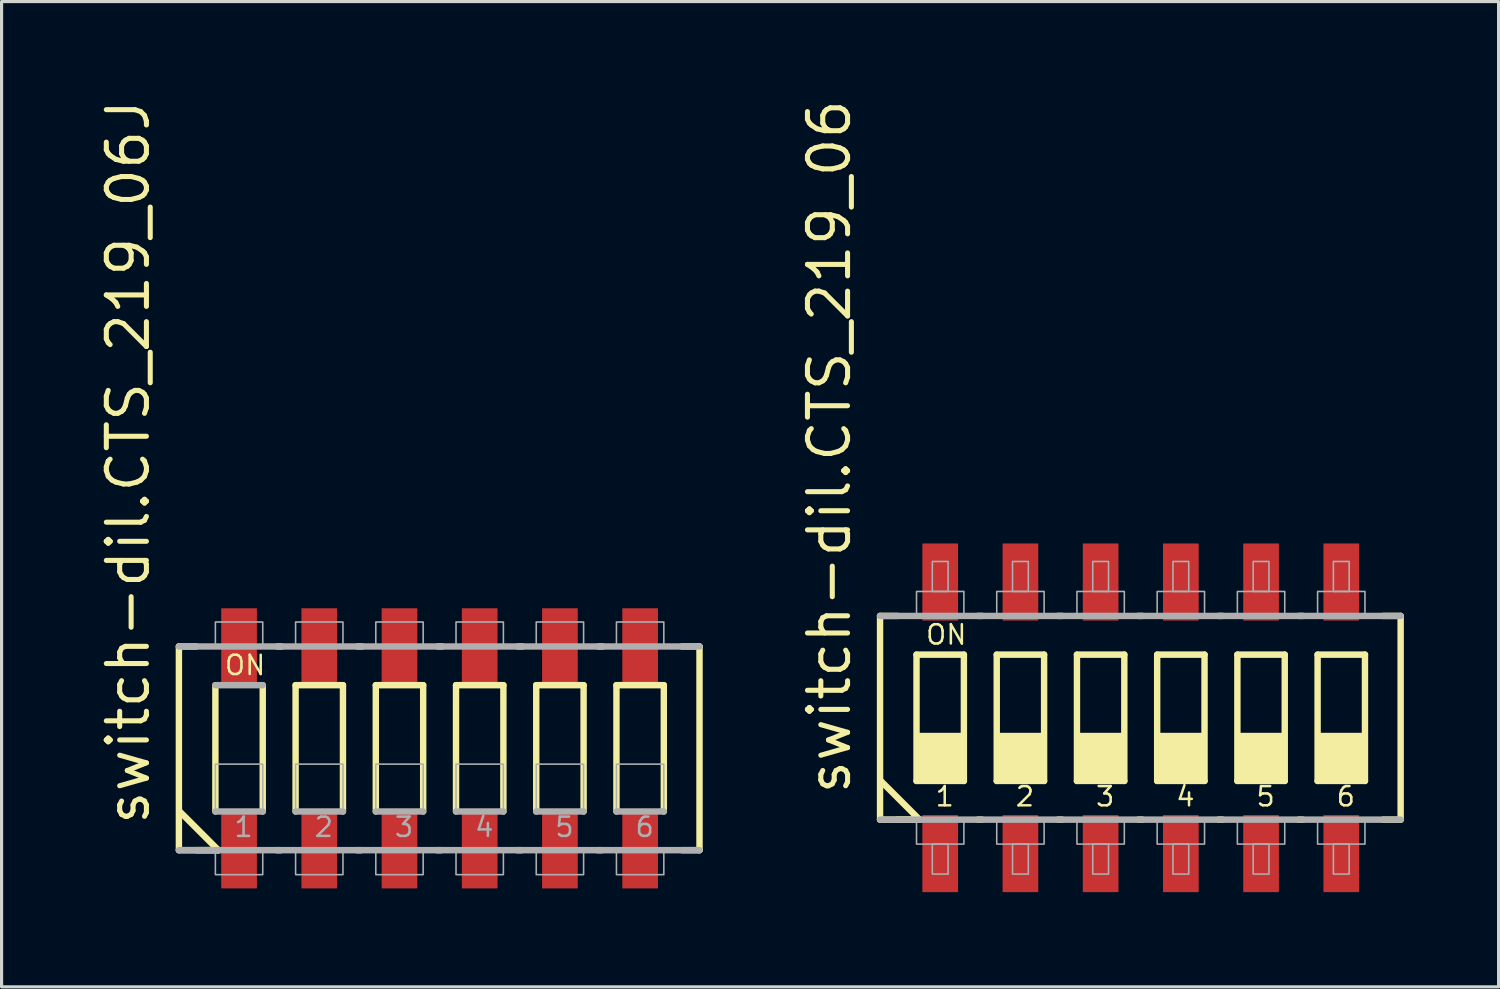
<source format=kicad_pcb>
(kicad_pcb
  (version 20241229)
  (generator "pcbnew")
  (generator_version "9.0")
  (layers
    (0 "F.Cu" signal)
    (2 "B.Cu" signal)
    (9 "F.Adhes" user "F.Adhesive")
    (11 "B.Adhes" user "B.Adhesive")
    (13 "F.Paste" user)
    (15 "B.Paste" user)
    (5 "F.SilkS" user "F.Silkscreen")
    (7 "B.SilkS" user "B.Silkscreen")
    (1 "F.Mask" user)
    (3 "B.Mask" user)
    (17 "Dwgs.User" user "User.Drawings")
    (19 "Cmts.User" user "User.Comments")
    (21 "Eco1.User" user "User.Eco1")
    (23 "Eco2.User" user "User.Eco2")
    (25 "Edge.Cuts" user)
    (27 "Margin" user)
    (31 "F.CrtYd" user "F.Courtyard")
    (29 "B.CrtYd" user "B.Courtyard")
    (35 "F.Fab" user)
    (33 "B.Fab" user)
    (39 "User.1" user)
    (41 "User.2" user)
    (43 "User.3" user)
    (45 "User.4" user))
  (footprint "switch-dil.CTS_219_06"
    (layer "F.Cu")
    (at 33.072 19.679)
    (property "Reference" "switch-dil.CTS_219_06" (at -9.12 2.5 90) (layer "F.SilkS") (effects (font (size 1.27 1.27) (thickness 0.16)) (justify left bottom)))
    (attr smd)
    (fp_line (start -8.255 -3.225) (end -7.7 -3.225) (stroke (width 0.203) (type default)) (layer "F.SilkS"))
    (fp_line (start -8.255 3.225) (end -8.255 -3.225) (stroke (width 0.203) (type default)) (layer "F.SilkS"))
    (fp_line (start -8.23 2) (end -7.005 3.225) (stroke (width 0.203) (type default)) (layer "F.SilkS"))
    (fp_line (start -7.7 3.225) (end -7.005 3.225) (stroke (width 0.203) (type default)) (layer "F.SilkS"))
    (fp_line (start -7.1 -2) (end -5.6 -2) (stroke (width 0.203) (type default)) (layer "F.SilkS"))
    (fp_line (start -7.1 2) (end -7.1 -2) (stroke (width 0.203) (type default)) (layer "F.SilkS"))
    (fp_line (start -7.005 3.225) (end -8.255 3.225) (stroke (width 0.203) (type default)) (layer "F.SilkS"))
    (fp_line (start -5.6 -2) (end -5.6 2) (stroke (width 0.203) (type default)) (layer "F.SilkS"))
    (fp_line (start -5.6 2) (end -7.1 2) (stroke (width 0.203) (type default)) (layer "F.SilkS"))
    (fp_line (start -5.16 3.225) (end -5.025 3.225) (stroke (width 0.203) (type default)) (layer "F.SilkS"))
    (fp_line (start -5.025 -3.225) (end -5.16 -3.225) (stroke (width 0.203) (type default)) (layer "F.SilkS"))
    (fp_line (start -4.56 -2) (end -3.06 -2) (stroke (width 0.203) (type default)) (layer "F.SilkS"))
    (fp_line (start -4.56 2) (end -4.56 -2) (stroke (width 0.203) (type default)) (layer "F.SilkS"))
    (fp_line (start -3.06 -2) (end -3.06 2) (stroke (width 0.203) (type default)) (layer "F.SilkS"))
    (fp_line (start -3.06 2) (end -4.56 2) (stroke (width 0.203) (type default)) (layer "F.SilkS"))
    (fp_line (start -2.62 3.225) (end -2.485 3.225) (stroke (width 0.203) (type default)) (layer "F.SilkS"))
    (fp_line (start -2.485 -3.225) (end -2.62 -3.225) (stroke (width 0.203) (type default)) (layer "F.SilkS"))
    (fp_line (start -2.02 -2) (end -0.52 -2) (stroke (width 0.203) (type default)) (layer "F.SilkS"))
    (fp_line (start -2.02 2) (end -2.02 -2) (stroke (width 0.203) (type default)) (layer "F.SilkS"))
    (fp_line (start -0.52 -2) (end -0.52 2) (stroke (width 0.203) (type default)) (layer "F.SilkS"))
    (fp_line (start -0.52 2) (end -2.02 2) (stroke (width 0.203) (type default)) (layer "F.SilkS"))
    (fp_line (start -0.08 3.225) (end 0.055 3.225) (stroke (width 0.203) (type default)) (layer "F.SilkS"))
    (fp_line (start 0.055 -3.225) (end -0.08 -3.225) (stroke (width 0.203) (type default)) (layer "F.SilkS"))
    (fp_line (start 0.52 -2) (end 2.02 -2) (stroke (width 0.203) (type default)) (layer "F.SilkS"))
    (fp_line (start 0.52 2) (end 0.52 -2) (stroke (width 0.203) (type default)) (layer "F.SilkS"))
    (fp_line (start 2.02 -2) (end 2.02 2) (stroke (width 0.203) (type default)) (layer "F.SilkS"))
    (fp_line (start 2.02 2) (end 0.52 2) (stroke (width 0.203) (type default)) (layer "F.SilkS"))
    (fp_line (start 2.46 3.225) (end 2.595 3.225) (stroke (width 0.203) (type default)) (layer "F.SilkS"))
    (fp_line (start 2.595 -3.225) (end 2.46 -3.225) (stroke (width 0.203) (type default)) (layer "F.SilkS"))
    (fp_line (start 3.06 -2) (end 4.56 -2) (stroke (width 0.203) (type default)) (layer "F.SilkS"))
    (fp_line (start 3.06 2) (end 3.06 -2) (stroke (width 0.203) (type default)) (layer "F.SilkS"))
    (fp_line (start 4.56 -2) (end 4.56 2) (stroke (width 0.203) (type default)) (layer "F.SilkS"))
    (fp_line (start 4.56 2) (end 3.06 2) (stroke (width 0.203) (type default)) (layer "F.SilkS"))
    (fp_line (start 5 3.225) (end 5.135 3.225) (stroke (width 0.203) (type default)) (layer "F.SilkS"))
    (fp_line (start 5.135 -3.225) (end 5 -3.225) (stroke (width 0.203) (type default)) (layer "F.SilkS"))
    (fp_line (start 5.6 -2) (end 7.1 -2) (stroke (width 0.203) (type default)) (layer "F.SilkS"))
    (fp_line (start 5.6 2) (end 5.6 -2) (stroke (width 0.203) (type default)) (layer "F.SilkS"))
    (fp_line (start 7.1 -2) (end 7.1 2) (stroke (width 0.203) (type default)) (layer "F.SilkS"))
    (fp_line (start 7.1 2) (end 5.6 2) (stroke (width 0.203) (type default)) (layer "F.SilkS"))
    (fp_line (start 7.675 -3.225) (end 8.23 -3.225) (stroke (width 0.203) (type default)) (layer "F.SilkS"))
    (fp_line (start 8.23 -3.225) (end 8.23 3.225) (stroke (width 0.203) (type default)) (layer "F.SilkS"))
    (fp_line (start 8.23 3.225) (end 7.675 3.225) (stroke (width 0.203) (type default)) (layer "F.SilkS"))
    (fp_rect (start -7.1 2) (end -5.6 0.5) (stroke (width 0.05) (type default)) (fill yes) (layer "F.SilkS"))
    (fp_rect (start -4.56 2) (end -3.06 0.5) (stroke (width 0.05) (type default)) (fill yes) (layer "F.SilkS"))
    (fp_rect (start -2.02 2) (end -0.52 0.5) (stroke (width 0.05) (type default)) (fill yes) (layer "F.SilkS"))
    (fp_rect (start 0.52 2) (end 2.02 0.5) (stroke (width 0.05) (type default)) (fill yes) (layer "F.SilkS"))
    (fp_rect (start 3.06 2) (end 4.56 0.5) (stroke (width 0.05) (type default)) (fill yes) (layer "F.SilkS"))
    (fp_rect (start 5.6 2) (end 7.1 0.5) (stroke (width 0.05) (type default)) (fill yes) (layer "F.SilkS"))
    (fp_line (start -8.255 -3.225) (end 8.23 -3.225) (stroke (width 0.203) (type default)) (layer "F.Fab"))
    (fp_line (start 8.23 3.225) (end -8.255 3.225) (stroke (width 0.203) (type default)) (layer "F.Fab"))
    (fp_rect (start -7.1 -3.25) (end -5.6 -4) (stroke (width 0.05) (type default)) (fill no) (layer "F.Fab"))
    (fp_rect (start -7.1 4) (end -5.6 3.25) (stroke (width 0.05) (type default)) (fill no) (layer "F.Fab"))
    (fp_rect (start -6.6 -4) (end -6.1 -4.95) (stroke (width 0.05) (type default)) (fill no) (layer "F.Fab"))
    (fp_rect (start -6.6 4.95) (end -6.1 4) (stroke (width 0.05) (type default)) (fill no) (layer "F.Fab"))
    (fp_rect (start -4.56 -3.25) (end -3.06 -4) (stroke (width 0.05) (type default)) (fill no) (layer "F.Fab"))
    (fp_rect (start -4.56 4) (end -3.06 3.25) (stroke (width 0.05) (type default)) (fill no) (layer "F.Fab"))
    (fp_rect (start -4.06 -4) (end -3.56 -4.95) (stroke (width 0.05) (type default)) (fill no) (layer "F.Fab"))
    (fp_rect (start -4.06 4.95) (end -3.56 4) (stroke (width 0.05) (type default)) (fill no) (layer "F.Fab"))
    (fp_rect (start -2.02 -3.25) (end -0.52 -4) (stroke (width 0.05) (type default)) (fill no) (layer "F.Fab"))
    (fp_rect (start -2.02 4) (end -0.52 3.25) (stroke (width 0.05) (type default)) (fill no) (layer "F.Fab"))
    (fp_rect (start -1.52 -4) (end -1.02 -4.95) (stroke (width 0.05) (type default)) (fill no) (layer "F.Fab"))
    (fp_rect (start -1.52 4.95) (end -1.02 4) (stroke (width 0.05) (type default)) (fill no) (layer "F.Fab"))
    (fp_rect (start 0.52 -3.25) (end 2.02 -4) (stroke (width 0.05) (type default)) (fill no) (layer "F.Fab"))
    (fp_rect (start 0.52 4) (end 2.02 3.25) (stroke (width 0.05) (type default)) (fill no) (layer "F.Fab"))
    (fp_rect (start 1.02 -4) (end 1.52 -4.95) (stroke (width 0.05) (type default)) (fill no) (layer "F.Fab"))
    (fp_rect (start 1.02 4.95) (end 1.52 4) (stroke (width 0.05) (type default)) (fill no) (layer "F.Fab"))
    (fp_rect (start 3.06 -3.25) (end 4.56 -4) (stroke (width 0.05) (type default)) (fill no) (layer "F.Fab"))
    (fp_rect (start 3.06 4) (end 4.56 3.25) (stroke (width 0.05) (type default)) (fill no) (layer "F.Fab"))
    (fp_rect (start 3.56 -4) (end 4.06 -4.95) (stroke (width 0.05) (type default)) (fill no) (layer "F.Fab"))
    (fp_rect (start 3.56 4.95) (end 4.06 4) (stroke (width 0.05) (type default)) (fill no) (layer "F.Fab"))
    (fp_rect (start 5.6 -3.25) (end 7.1 -4) (stroke (width 0.05) (type default)) (fill no) (layer "F.Fab"))
    (fp_rect (start 5.6 4) (end 7.1 3.25) (stroke (width 0.05) (type default)) (fill no) (layer "F.Fab"))
    (fp_rect (start 6.1 -4) (end 6.6 -4.95) (stroke (width 0.05) (type default)) (fill no) (layer "F.Fab"))
    (fp_rect (start 6.1 4.95) (end 6.6 4) (stroke (width 0.05) (type default)) (fill no) (layer "F.Fab"))
    (fp_text user "4" (at 1.07 2.85 0) (layer "F.SilkS") (effects (font (size 0.61 0.61) (thickness 0.08)) (justify left bottom)))
    (fp_text user "3" (at -1.47 2.85 0) (layer "F.SilkS") (effects (font (size 0.61 0.61) (thickness 0.08)) (justify left bottom)))
    (fp_text user "1" (at -6.55 2.85 0) (layer "F.SilkS") (effects (font (size 0.61 0.61) (thickness 0.08)) (justify left bottom)))
    (fp_text user "ON" (at -6.85 -2.275 0) (layer "F.SilkS") (effects (font (size 0.61 0.61) (thickness 0.08)) (justify left bottom)))
    (fp_text user "6" (at 6.15 2.85 0) (layer "F.SilkS") (effects (font (size 0.61 0.61) (thickness 0.08)) (justify left bottom)))
    (fp_text user "5" (at 3.61 2.85 0) (layer "F.SilkS") (effects (font (size 0.61 0.61) (thickness 0.08)) (justify left bottom)))
    (fp_text user "2" (at -4.01 2.85 0) (layer "F.SilkS") (effects (font (size 0.61 0.61) (thickness 0.08)) (justify left bottom)))
    (pad "1" smd roundrect (at -6.35 4.3) (size 1.13 2.44) (layers "F.Cu" "F.Mask" "F.Paste") (roundrect_rratio 0.01))
    (pad "2" smd roundrect (at -3.81 4.3) (size 1.13 2.44) (layers "F.Cu" "F.Mask" "F.Paste") (roundrect_rratio 0.01))
    (pad "3" smd roundrect (at -1.27 4.3) (size 1.13 2.44) (layers "F.Cu" "F.Mask" "F.Paste") (roundrect_rratio 0.01))
    (pad "4" smd roundrect (at 1.27 4.3) (size 1.13 2.44) (layers "F.Cu" "F.Mask" "F.Paste") (roundrect_rratio 0.01))
    (pad "5" smd roundrect (at 3.81 4.3) (size 1.13 2.44) (layers "F.Cu" "F.Mask" "F.Paste") (roundrect_rratio 0.01))
    (pad "6" smd roundrect (at 6.35 4.3) (size 1.13 2.44) (layers "F.Cu" "F.Mask" "F.Paste") (roundrect_rratio 0.01))
    (pad "7" smd roundrect (at 6.35 -4.3 180) (size 1.13 2.44) (layers "F.Cu" "F.Mask" "F.Paste") (roundrect_rratio 0.01))
    (pad "8" smd roundrect (at 3.81 -4.3 180) (size 1.13 2.44) (layers "F.Cu" "F.Mask" "F.Paste") (roundrect_rratio 0.01))
    (pad "9" smd roundrect (at 1.27 -4.3 180) (size 1.13 2.44) (layers "F.Cu" "F.Mask" "F.Paste") (roundrect_rratio 0.01))
    (pad "10" smd roundrect (at -1.27 -4.3 180) (size 1.13 2.44) (layers "F.Cu" "F.Mask" "F.Paste") (roundrect_rratio 0.01))
    (pad "11" smd roundrect (at -3.81 -4.3 180) (size 1.13 2.44) (layers "F.Cu" "F.Mask" "F.Paste") (roundrect_rratio 0.01))
    (pad "12" smd roundrect (at -6.35 -4.3 180) (size 1.13 2.44) (layers "F.Cu" "F.Mask" "F.Paste") (roundrect_rratio 0.01)))
  (footprint "switch-dil.CTS_219_06J"
    (layer "F.Cu")
    (at 10.87 20.646)
    (property "Reference" "switch-dil.CTS_219_06J" (at -9.12 2.5 90) (layer "F.SilkS") (effects (font (size 1.27 1.27) (thickness 0.16)) (justify left bottom)))
    (attr smd)
    (fp_line (start -8.255 -3.225) (end -7.7 -3.225) (stroke (width 0.203) (type default)) (layer "F.SilkS"))
    (fp_line (start -8.255 3.225) (end -8.255 -3.225) (stroke (width 0.203) (type default)) (layer "F.SilkS"))
    (fp_line (start -8.23 2) (end -7.005 3.225) (stroke (width 0.203) (type default)) (layer "F.SilkS"))
    (fp_line (start -7.7 3.225) (end -7.005 3.225) (stroke (width 0.203) (type default)) (layer "F.SilkS"))
    (fp_line (start -7.1 2) (end -7.1 -2) (stroke (width 0.203) (type default)) (layer "F.SilkS"))
    (fp_line (start -7.005 3.225) (end -8.255 3.225) (stroke (width 0.203) (type default)) (layer "F.SilkS"))
    (fp_line (start -5.6 -2) (end -5.6 2) (stroke (width 0.203) (type default)) (layer "F.SilkS"))
    (fp_line (start -5.16 3.225) (end -5.025 3.225) (stroke (width 0.203) (type default)) (layer "F.SilkS"))
    (fp_line (start -5 -3.225) (end -5.135 -3.225) (stroke (width 0.203) (type default)) (layer "F.SilkS"))
    (fp_line (start -4.56 -2) (end -3.06 -2) (stroke (width 0.203) (type default)) (layer "F.SilkS"))
    (fp_line (start -4.56 2) (end -4.56 -2) (stroke (width 0.203) (type default)) (layer "F.SilkS"))
    (fp_line (start -3.06 -2) (end -3.06 2) (stroke (width 0.203) (type default)) (layer "F.SilkS"))
    (fp_line (start -2.62 3.225) (end -2.485 3.225) (stroke (width 0.203) (type default)) (layer "F.SilkS"))
    (fp_line (start -2.46 -3.225) (end -2.595 -3.225) (stroke (width 0.203) (type default)) (layer "F.SilkS"))
    (fp_line (start -2.02 -2) (end -0.52 -2) (stroke (width 0.203) (type default)) (layer "F.SilkS"))
    (fp_line (start -2.02 2) (end -2.02 -2) (stroke (width 0.203) (type default)) (layer "F.SilkS"))
    (fp_line (start -0.52 -2) (end -0.52 2) (stroke (width 0.203) (type default)) (layer "F.SilkS"))
    (fp_line (start -0.08 3.225) (end 0.055 3.225) (stroke (width 0.203) (type default)) (layer "F.SilkS"))
    (fp_line (start 0.08 -3.225) (end -0.055 -3.225) (stroke (width 0.203) (type default)) (layer "F.SilkS"))
    (fp_line (start 0.52 -2) (end 2.02 -2) (stroke (width 0.203) (type default)) (layer "F.SilkS"))
    (fp_line (start 0.52 2) (end 0.52 -2) (stroke (width 0.203) (type default)) (layer "F.SilkS"))
    (fp_line (start 2.02 -2) (end 2.02 2) (stroke (width 0.203) (type default)) (layer "F.SilkS"))
    (fp_line (start 2.46 3.225) (end 2.595 3.225) (stroke (width 0.203) (type default)) (layer "F.SilkS"))
    (fp_line (start 2.62 -3.225) (end 2.485 -3.225) (stroke (width 0.203) (type default)) (layer "F.SilkS"))
    (fp_line (start 3.06 -2) (end 4.56 -2) (stroke (width 0.203) (type default)) (layer "F.SilkS"))
    (fp_line (start 3.06 2) (end 3.06 -2) (stroke (width 0.203) (type default)) (layer "F.SilkS"))
    (fp_line (start 4.56 -2) (end 4.56 2) (stroke (width 0.203) (type default)) (layer "F.SilkS"))
    (fp_line (start 5 3.225) (end 5.135 3.225) (stroke (width 0.203) (type default)) (layer "F.SilkS"))
    (fp_line (start 5.16 -3.225) (end 5.025 -3.225) (stroke (width 0.203) (type default)) (layer "F.SilkS"))
    (fp_line (start 5.6 -2) (end 7.1 -2) (stroke (width 0.203) (type default)) (layer "F.SilkS"))
    (fp_line (start 5.6 2) (end 5.6 -2) (stroke (width 0.203) (type default)) (layer "F.SilkS"))
    (fp_line (start 7.1 -2) (end 7.1 2) (stroke (width 0.203) (type default)) (layer "F.SilkS"))
    (fp_line (start 7.675 -3.225) (end 8.23 -3.225) (stroke (width 0.203) (type default)) (layer "F.SilkS"))
    (fp_line (start 8.23 -3.225) (end 8.23 3.225) (stroke (width 0.203) (type default)) (layer "F.SilkS"))
    (fp_line (start 8.23 3.225) (end 7.675 3.225) (stroke (width 0.203) (type default)) (layer "F.SilkS"))
    (fp_line (start -8.255 -3.225) (end 8.23 -3.225) (stroke (width 0.203) (type default)) (layer "F.Fab"))
    (fp_line (start -7.1 -2) (end -5.6 -2) (stroke (width 0.203) (type default)) (layer "F.Fab"))
    (fp_line (start -5.6 2) (end -7.1 2) (stroke (width 0.203) (type default)) (layer "F.Fab"))
    (fp_line (start -3.06 2) (end -4.56 2) (stroke (width 0.203) (type default)) (layer "F.Fab"))
    (fp_line (start -0.52 2) (end -2.02 2) (stroke (width 0.203) (type default)) (layer "F.Fab"))
    (fp_line (start 2.02 2) (end 0.52 2) (stroke (width 0.203) (type default)) (layer "F.Fab"))
    (fp_line (start 4.56 2) (end 3.06 2) (stroke (width 0.203) (type default)) (layer "F.Fab"))
    (fp_line (start 7.1 2) (end 5.6 2) (stroke (width 0.203) (type default)) (layer "F.Fab"))
    (fp_line (start 8.23 3.225) (end -8.255 3.225) (stroke (width 0.203) (type default)) (layer "F.Fab"))
    (fp_rect (start -7.1 -3.25) (end -5.6 -4) (stroke (width 0.05) (type default)) (fill no) (layer "F.Fab"))
    (fp_rect (start -7.1 2) (end -5.6 0.5) (stroke (width 0.05) (type default)) (fill no) (layer "F.Fab"))
    (fp_rect (start -7.1 4) (end -5.6 3.25) (stroke (width 0.05) (type default)) (fill no) (layer "F.Fab"))
    (fp_rect (start -4.56 -3.25) (end -3.06 -4) (stroke (width 0.05) (type default)) (fill no) (layer "F.Fab"))
    (fp_rect (start -4.56 2) (end -3.06 0.5) (stroke (width 0.05) (type default)) (fill no) (layer "F.Fab"))
    (fp_rect (start -4.56 4) (end -3.06 3.25) (stroke (width 0.05) (type default)) (fill no) (layer "F.Fab"))
    (fp_rect (start -2.02 -3.25) (end -0.52 -4) (stroke (width 0.05) (type default)) (fill no) (layer "F.Fab"))
    (fp_rect (start -2.02 2) (end -0.52 0.5) (stroke (width 0.05) (type default)) (fill no) (layer "F.Fab"))
    (fp_rect (start -2.02 4) (end -0.52 3.25) (stroke (width 0.05) (type default)) (fill no) (layer "F.Fab"))
    (fp_rect (start 0.52 -3.25) (end 2.02 -4) (stroke (width 0.05) (type default)) (fill no) (layer "F.Fab"))
    (fp_rect (start 0.52 2) (end 2.02 0.5) (stroke (width 0.05) (type default)) (fill no) (layer "F.Fab"))
    (fp_rect (start 0.52 4) (end 2.02 3.25) (stroke (width 0.05) (type default)) (fill no) (layer "F.Fab"))
    (fp_rect (start 3.06 -3.25) (end 4.56 -4) (stroke (width 0.05) (type default)) (fill no) (layer "F.Fab"))
    (fp_rect (start 3.06 2) (end 4.56 0.5) (stroke (width 0.05) (type default)) (fill no) (layer "F.Fab"))
    (fp_rect (start 3.06 4) (end 4.56 3.25) (stroke (width 0.05) (type default)) (fill no) (layer "F.Fab"))
    (fp_rect (start 5.6 -3.25) (end 7.1 -4) (stroke (width 0.05) (type default)) (fill no) (layer "F.Fab"))
    (fp_rect (start 5.6 2) (end 7.1 0.5) (stroke (width 0.05) (type default)) (fill no) (layer "F.Fab"))
    (fp_rect (start 5.6 4) (end 7.1 3.25) (stroke (width 0.05) (type default)) (fill no) (layer "F.Fab"))
    (fp_text user "ON" (at -6.85 -2.275 0) (layer "F.SilkS") (effects (font (size 0.61 0.61) (thickness 0.08)) (justify left bottom)))
    (fp_text user "4" (at 1.07 2.85 0) (layer "F.Fab") (effects (font (size 0.61 0.61) (thickness 0.08)) (justify left bottom)))
    (fp_text user "5" (at 3.61 2.85 0) (layer "F.Fab") (effects (font (size 0.61 0.61) (thickness 0.08)) (justify left bottom)))
    (fp_text user "6" (at 6.15 2.85 0) (layer "F.Fab") (effects (font (size 0.61 0.61) (thickness 0.08)) (justify left bottom)))
    (fp_text user "1" (at -6.55 2.85 0) (layer "F.Fab") (effects (font (size 0.61 0.61) (thickness 0.08)) (justify left bottom)))
    (fp_text user "2" (at -4.01 2.85 0) (layer "F.Fab") (effects (font (size 0.61 0.61) (thickness 0.08)) (justify left bottom)))
    (fp_text user "3" (at -1.47 2.85 0) (layer "F.Fab") (effects (font (size 0.61 0.61) (thickness 0.08)) (justify left bottom)))
    (pad "1" smd roundrect (at -6.35 3.215) (size 1.13 2.44) (layers "F.Cu" "F.Mask" "F.Paste") (roundrect_rratio 0.01))
    (pad "2" smd roundrect (at -3.81 3.215) (size 1.13 2.44) (layers "F.Cu" "F.Mask" "F.Paste") (roundrect_rratio 0.01))
    (pad "3" smd roundrect (at -1.27 3.215) (size 1.13 2.44) (layers "F.Cu" "F.Mask" "F.Paste") (roundrect_rratio 0.01))
    (pad "4" smd roundrect (at 1.27 3.215) (size 1.13 2.44) (layers "F.Cu" "F.Mask" "F.Paste") (roundrect_rratio 0.01))
    (pad "5" smd roundrect (at 3.81 3.215) (size 1.13 2.44) (layers "F.Cu" "F.Mask" "F.Paste") (roundrect_rratio 0.01))
    (pad "6" smd roundrect (at 6.35 3.215) (size 1.13 2.44) (layers "F.Cu" "F.Mask" "F.Paste") (roundrect_rratio 0.01))
    (pad "7" smd roundrect (at 6.35 -3.215 180) (size 1.13 2.44) (layers "F.Cu" "F.Mask" "F.Paste") (roundrect_rratio 0.01))
    (pad "8" smd roundrect (at 3.81 -3.215 180) (size 1.13 2.44) (layers "F.Cu" "F.Mask" "F.Paste") (roundrect_rratio 0.01))
    (pad "9" smd roundrect (at 1.27 -3.215 180) (size 1.13 2.44) (layers "F.Cu" "F.Mask" "F.Paste") (roundrect_rratio 0.01))
    (pad "10" smd roundrect (at -1.27 -3.215 180) (size 1.13 2.44) (layers "F.Cu" "F.Mask" "F.Paste") (roundrect_rratio 0.01))
    (pad "11" smd roundrect (at -3.81 -3.215 180) (size 1.13 2.44) (layers "F.Cu" "F.Mask" "F.Paste") (roundrect_rratio 0.01))
    (pad "12" smd roundrect (at -6.35 -3.215 180) (size 1.13 2.44) (layers "F.Cu" "F.Mask" "F.Paste") (roundrect_rratio 0.01)))
  (gr_rect
    (start -3 -3)
    (end 44.403 28.199)
    (stroke (width 0.1) (type default))
    (fill no)
    (layer "Edge.Cuts")))
</source>
